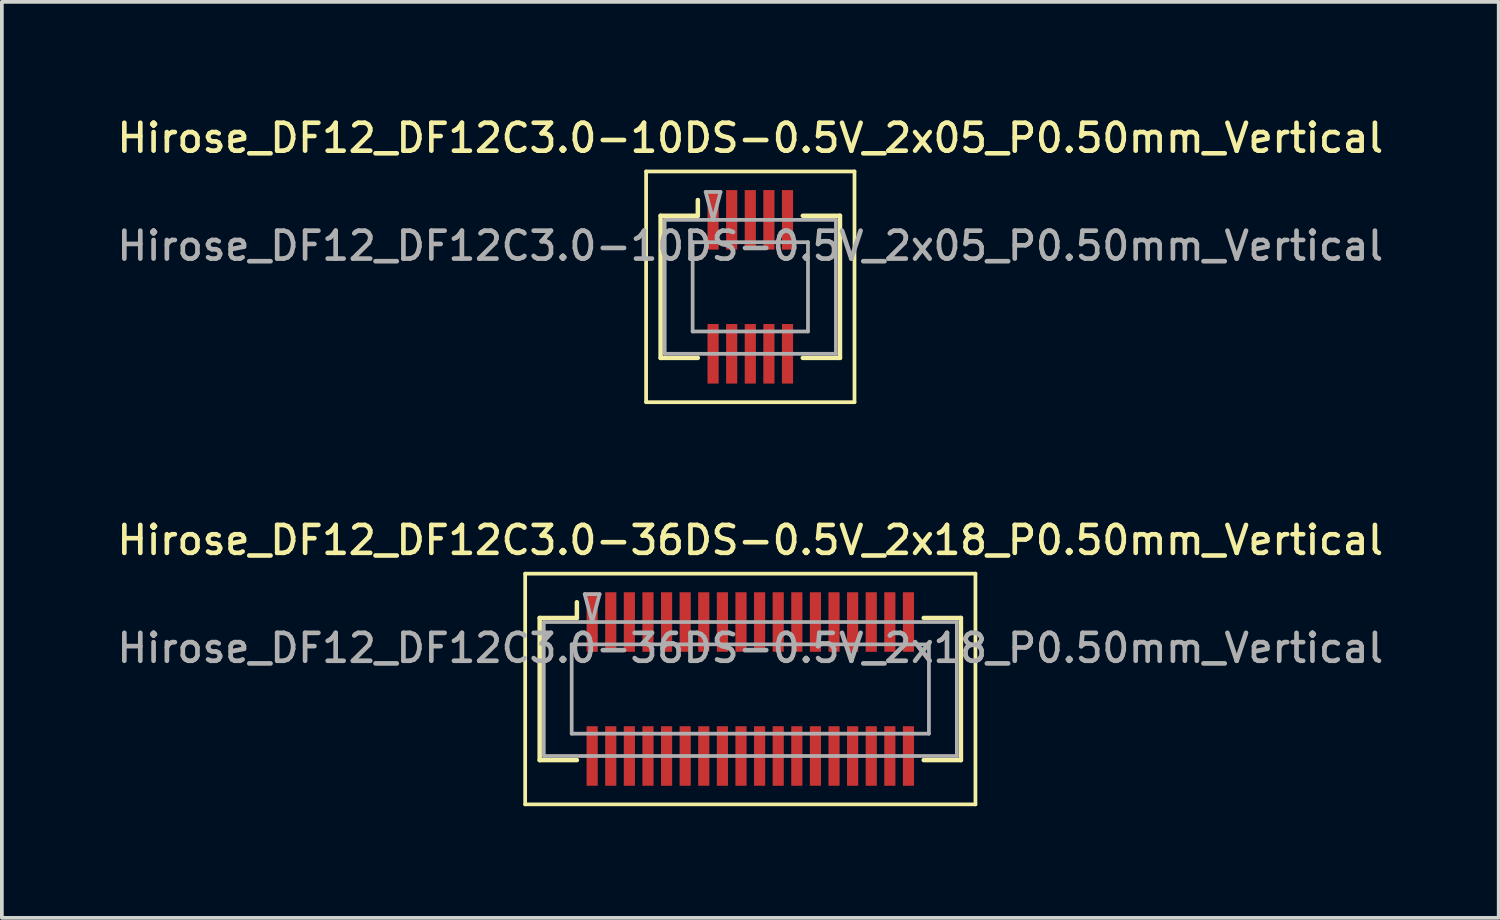
<source format=kicad_pcb>
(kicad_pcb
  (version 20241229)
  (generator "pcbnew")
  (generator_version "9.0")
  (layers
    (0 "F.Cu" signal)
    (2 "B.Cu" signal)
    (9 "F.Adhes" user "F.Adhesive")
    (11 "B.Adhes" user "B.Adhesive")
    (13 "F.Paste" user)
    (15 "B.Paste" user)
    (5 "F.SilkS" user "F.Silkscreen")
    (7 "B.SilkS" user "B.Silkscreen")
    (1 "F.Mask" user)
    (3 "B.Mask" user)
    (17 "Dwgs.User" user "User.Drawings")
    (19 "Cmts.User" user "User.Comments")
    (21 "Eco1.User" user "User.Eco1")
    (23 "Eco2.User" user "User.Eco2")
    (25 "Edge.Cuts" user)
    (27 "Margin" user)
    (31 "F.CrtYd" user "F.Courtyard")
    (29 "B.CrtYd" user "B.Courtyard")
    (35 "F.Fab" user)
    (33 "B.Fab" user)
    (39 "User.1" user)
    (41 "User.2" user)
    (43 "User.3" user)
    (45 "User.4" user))
  (footprint "Hirose_DF12_DF12C3.0-36DS-0.5V_2x18_P0.50mm_Vertical"
    (layer "F.Cu")
    (at 17.113 15.466)
    (property "Reference" "Hirose_DF12_DF12C3.0-36DS-0.5V_2x18_P0.50mm_Vertical" (at 0 -4 0) (layer "F.SilkS") (effects (font (size 0.75 0.75) (thickness 0.125))))
    (attr smd)
    (fp_line (start -6.05 -3.1) (end -6.05 3.1) (stroke (width 0.1) (type solid)) (layer "F.SilkS"))
    (fp_line (start -6.05 3.1) (end 6.05 3.1) (stroke (width 0.1) (type solid)) (layer "F.SilkS"))
    (fp_line (start -5.66 -1.91) (end -4.66 -1.91) (stroke (width 0.12) (type solid)) (layer "F.SilkS"))
    (fp_line (start -5.66 1.91) (end -5.66 -1.91) (stroke (width 0.12) (type solid)) (layer "F.SilkS"))
    (fp_line (start -4.66 -1.91) (end -4.66 -2.333) (stroke (width 0.12) (type solid)) (layer "F.SilkS"))
    (fp_line (start -4.66 1.91) (end -5.66 1.91) (stroke (width 0.12) (type solid)) (layer "F.SilkS"))
    (fp_line (start 4.66 1.91) (end 5.66 1.91) (stroke (width 0.12) (type solid)) (layer "F.SilkS"))
    (fp_line (start 5.66 -1.91) (end 4.66 -1.91) (stroke (width 0.12) (type solid)) (layer "F.SilkS"))
    (fp_line (start 5.66 1.91) (end 5.66 -1.91) (stroke (width 0.12) (type solid)) (layer "F.SilkS"))
    (fp_line (start 6.05 -3.1) (end -6.05 -3.1) (stroke (width 0.1) (type solid)) (layer "F.SilkS"))
    (fp_line (start 6.05 3.1) (end 6.05 -3.1) (stroke (width 0.1) (type solid)) (layer "F.SilkS"))
    (fp_line (start -5.55 -1.8) (end 5.55 -1.8) (stroke (width 0.1) (type solid)) (layer "F.Fab"))
    (fp_line (start -5.55 1.8) (end -5.55 -1.8) (stroke (width 0.1) (type solid)) (layer "F.Fab"))
    (fp_line (start -4.8 -1.2) (end 4.8 -1.2) (stroke (width 0.1) (type solid)) (layer "F.Fab"))
    (fp_line (start -4.8 1.2) (end -4.8 -1.2) (stroke (width 0.1) (type solid)) (layer "F.Fab"))
    (fp_line (start -4.45 -2.55) (end -4.25 -1.8) (stroke (width 0.1) (type solid)) (layer "F.Fab"))
    (fp_line (start -4.25 -1.8) (end -4.05 -2.55) (stroke (width 0.1) (type solid)) (layer "F.Fab"))
    (fp_line (start -4.05 -2.55) (end -4.45 -2.55) (stroke (width 0.1) (type solid)) (layer "F.Fab"))
    (fp_line (start 4.8 -1.2) (end 4.8 1.2) (stroke (width 0.1) (type solid)) (layer "F.Fab"))
    (fp_line (start 4.8 1.2) (end -4.8 1.2) (stroke (width 0.1) (type solid)) (layer "F.Fab"))
    (fp_line (start 5.55 -1.8) (end 5.55 1.8) (stroke (width 0.1) (type solid)) (layer "F.Fab"))
    (fp_line (start 5.55 1.8) (end -5.55 1.8) (stroke (width 0.1) (type solid)) (layer "F.Fab"))
    (fp_text user "${REFERENCE}" (at 0 -1.1 0) (layer "F.Fab") (effects (font (size 0.75 0.75) (thickness 0.125))))
    (pad "" smd rect (at -4.25 -2) (size 0.28 1.2) (layers "F.Paste"))
    (pad "" smd rect (at -4.25 2) (size 0.28 1.2) (layers "F.Paste"))
    (pad "" smd rect (at -3.75 -2) (size 0.28 1.2) (layers "F.Paste"))
    (pad "" smd rect (at -3.75 2) (size 0.28 1.2) (layers "F.Paste"))
    (pad "" smd rect (at -3.25 -2) (size 0.28 1.2) (layers "F.Paste"))
    (pad "" smd rect (at -3.25 2) (size 0.28 1.2) (layers "F.Paste"))
    (pad "" smd rect (at -2.75 -2) (size 0.28 1.2) (layers "F.Paste"))
    (pad "" smd rect (at -2.75 2) (size 0.28 1.2) (layers "F.Paste"))
    (pad "" smd rect (at -2.25 -2) (size 0.28 1.2) (layers "F.Paste"))
    (pad "" smd rect (at -2.25 2) (size 0.28 1.2) (layers "F.Paste"))
    (pad "" smd rect (at -1.75 -2) (size 0.28 1.2) (layers "F.Paste"))
    (pad "" smd rect (at -1.75 2) (size 0.28 1.2) (layers "F.Paste"))
    (pad "" smd rect (at -1.25 -2) (size 0.28 1.2) (layers "F.Paste"))
    (pad "" smd rect (at -1.25 2) (size 0.28 1.2) (layers "F.Paste"))
    (pad "" smd rect (at -0.75 -2) (size 0.28 1.2) (layers "F.Paste"))
    (pad "" smd rect (at -0.75 2) (size 0.28 1.2) (layers "F.Paste"))
    (pad "" smd rect (at -0.25 -2) (size 0.28 1.2) (layers "F.Paste"))
    (pad "" smd rect (at -0.25 2) (size 0.28 1.2) (layers "F.Paste"))
    (pad "" smd rect (at 0.25 -2) (size 0.28 1.2) (layers "F.Paste"))
    (pad "" smd rect (at 0.25 2) (size 0.28 1.2) (layers "F.Paste"))
    (pad "" smd rect (at 0.75 -2) (size 0.28 1.2) (layers "F.Paste"))
    (pad "" smd rect (at 0.75 2) (size 0.28 1.2) (layers "F.Paste"))
    (pad "" smd rect (at 1.25 -2) (size 0.28 1.2) (layers "F.Paste"))
    (pad "" smd rect (at 1.25 2) (size 0.28 1.2) (layers "F.Paste"))
    (pad "" smd rect (at 1.75 -2) (size 0.28 1.2) (layers "F.Paste"))
    (pad "" smd rect (at 1.75 2) (size 0.28 1.2) (layers "F.Paste"))
    (pad "" smd rect (at 2.25 -2) (size 0.28 1.2) (layers "F.Paste"))
    (pad "" smd rect (at 2.25 2) (size 0.28 1.2) (layers "F.Paste"))
    (pad "" smd rect (at 2.75 -2) (size 0.28 1.2) (layers "F.Paste"))
    (pad "" smd rect (at 2.75 2) (size 0.28 1.2) (layers "F.Paste"))
    (pad "" smd rect (at 3.25 -2) (size 0.28 1.2) (layers "F.Paste"))
    (pad "" smd rect (at 3.25 2) (size 0.28 1.2) (layers "F.Paste"))
    (pad "" smd rect (at 3.75 -2) (size 0.28 1.2) (layers "F.Paste"))
    (pad "" smd rect (at 3.75 2) (size 0.28 1.2) (layers "F.Paste"))
    (pad "" smd rect (at 4.25 -2) (size 0.28 1.2) (layers "F.Paste"))
    (pad "" smd rect (at 4.25 2) (size 0.28 1.2) (layers "F.Paste"))
    (pad "1" smd rect (at -4.25 -1.8) (size 0.3 1.6) (layers "F.Cu" "F.Mask"))
    (pad "2" smd rect (at -3.75 -1.8) (size 0.3 1.6) (layers "F.Cu" "F.Mask"))
    (pad "3" smd rect (at -3.25 -1.8) (size 0.3 1.6) (layers "F.Cu" "F.Mask"))
    (pad "4" smd rect (at -2.75 -1.8) (size 0.3 1.6) (layers "F.Cu" "F.Mask"))
    (pad "5" smd rect (at -2.25 -1.8) (size 0.3 1.6) (layers "F.Cu" "F.Mask"))
    (pad "6" smd rect (at -1.75 -1.8) (size 0.3 1.6) (layers "F.Cu" "F.Mask"))
    (pad "7" smd rect (at -1.25 -1.8) (size 0.3 1.6) (layers "F.Cu" "F.Mask"))
    (pad "8" smd rect (at -0.75 -1.8) (size 0.3 1.6) (layers "F.Cu" "F.Mask"))
    (pad "9" smd rect (at -0.25 -1.8) (size 0.3 1.6) (layers "F.Cu" "F.Mask"))
    (pad "10" smd rect (at 0.25 -1.8) (size 0.3 1.6) (layers "F.Cu" "F.Mask"))
    (pad "11" smd rect (at 0.75 -1.8) (size 0.3 1.6) (layers "F.Cu" "F.Mask"))
    (pad "12" smd rect (at 1.25 -1.8) (size 0.3 1.6) (layers "F.Cu" "F.Mask"))
    (pad "13" smd rect (at 1.75 -1.8) (size 0.3 1.6) (layers "F.Cu" "F.Mask"))
    (pad "14" smd rect (at 2.25 -1.8) (size 0.3 1.6) (layers "F.Cu" "F.Mask"))
    (pad "15" smd rect (at 2.75 -1.8) (size 0.3 1.6) (layers "F.Cu" "F.Mask"))
    (pad "16" smd rect (at 3.25 -1.8) (size 0.3 1.6) (layers "F.Cu" "F.Mask"))
    (pad "17" smd rect (at 3.75 -1.8) (size 0.3 1.6) (layers "F.Cu" "F.Mask"))
    (pad "18" smd rect (at 4.25 -1.8) (size 0.3 1.6) (layers "F.Cu" "F.Mask"))
    (pad "19" smd rect (at -4.25 1.8) (size 0.3 1.6) (layers "F.Cu" "F.Mask"))
    (pad "20" smd rect (at -3.75 1.8) (size 0.3 1.6) (layers "F.Cu" "F.Mask"))
    (pad "21" smd rect (at -3.25 1.8) (size 0.3 1.6) (layers "F.Cu" "F.Mask"))
    (pad "22" smd rect (at -2.75 1.8) (size 0.3 1.6) (layers "F.Cu" "F.Mask"))
    (pad "23" smd rect (at -2.25 1.8) (size 0.3 1.6) (layers "F.Cu" "F.Mask"))
    (pad "24" smd rect (at -1.75 1.8) (size 0.3 1.6) (layers "F.Cu" "F.Mask"))
    (pad "25" smd rect (at -1.25 1.8) (size 0.3 1.6) (layers "F.Cu" "F.Mask"))
    (pad "26" smd rect (at -0.75 1.8) (size 0.3 1.6) (layers "F.Cu" "F.Mask"))
    (pad "27" smd rect (at -0.25 1.8) (size 0.3 1.6) (layers "F.Cu" "F.Mask"))
    (pad "28" smd rect (at 0.25 1.8) (size 0.3 1.6) (layers "F.Cu" "F.Mask"))
    (pad "29" smd rect (at 0.75 1.8) (size 0.3 1.6) (layers "F.Cu" "F.Mask"))
    (pad "30" smd rect (at 1.25 1.8) (size 0.3 1.6) (layers "F.Cu" "F.Mask"))
    (pad "31" smd rect (at 1.75 1.8) (size 0.3 1.6) (layers "F.Cu" "F.Mask"))
    (pad "32" smd rect (at 2.25 1.8) (size 0.3 1.6) (layers "F.Cu" "F.Mask"))
    (pad "33" smd rect (at 2.75 1.8) (size 0.3 1.6) (layers "F.Cu" "F.Mask"))
    (pad "34" smd rect (at 3.25 1.8) (size 0.3 1.6) (layers "F.Cu" "F.Mask"))
    (pad "35" smd rect (at 3.75 1.8) (size 0.3 1.6) (layers "F.Cu" "F.Mask"))
    (pad "36" smd rect (at 4.25 1.8) (size 0.3 1.6) (layers "F.Cu" "F.Mask")))
  (footprint "Hirose_DF12_DF12C3.0-10DS-0.5V_2x05_P0.50mm_Vertical"
    (layer "F.Cu")
    (at 17.113 4.658)
    (property "Reference" "Hirose_DF12_DF12C3.0-10DS-0.5V_2x05_P0.50mm_Vertical" (at 0 -4 0) (layer "F.SilkS") (effects (font (size 0.75 0.75) (thickness 0.125))))
    (attr smd)
    (fp_line (start -2.8 -3.1) (end -2.8 3.1) (stroke (width 0.1) (type solid)) (layer "F.SilkS"))
    (fp_line (start -2.8 3.1) (end 2.8 3.1) (stroke (width 0.1) (type solid)) (layer "F.SilkS"))
    (fp_line (start -2.41 -1.91) (end -1.41 -1.91) (stroke (width 0.12) (type solid)) (layer "F.SilkS"))
    (fp_line (start -2.41 1.91) (end -2.41 -1.91) (stroke (width 0.12) (type solid)) (layer "F.SilkS"))
    (fp_line (start -1.41 -1.91) (end -1.41 -2.333) (stroke (width 0.12) (type solid)) (layer "F.SilkS"))
    (fp_line (start -1.41 1.91) (end -2.41 1.91) (stroke (width 0.12) (type solid)) (layer "F.SilkS"))
    (fp_line (start 1.41 1.91) (end 2.41 1.91) (stroke (width 0.12) (type solid)) (layer "F.SilkS"))
    (fp_line (start 2.41 -1.91) (end 1.41 -1.91) (stroke (width 0.12) (type solid)) (layer "F.SilkS"))
    (fp_line (start 2.41 1.91) (end 2.41 -1.91) (stroke (width 0.12) (type solid)) (layer "F.SilkS"))
    (fp_line (start 2.8 -3.1) (end -2.8 -3.1) (stroke (width 0.1) (type solid)) (layer "F.SilkS"))
    (fp_line (start 2.8 3.1) (end 2.8 -3.1) (stroke (width 0.1) (type solid)) (layer "F.SilkS"))
    (fp_line (start -2.3 -1.8) (end 2.3 -1.8) (stroke (width 0.1) (type solid)) (layer "F.Fab"))
    (fp_line (start -2.3 1.8) (end -2.3 -1.8) (stroke (width 0.1) (type solid)) (layer "F.Fab"))
    (fp_line (start -1.55 -1.2) (end 1.55 -1.2) (stroke (width 0.1) (type solid)) (layer "F.Fab"))
    (fp_line (start -1.55 1.2) (end -1.55 -1.2) (stroke (width 0.1) (type solid)) (layer "F.Fab"))
    (fp_line (start -1.2 -2.55) (end -1 -1.8) (stroke (width 0.1) (type solid)) (layer "F.Fab"))
    (fp_line (start -1 -1.8) (end -0.8 -2.55) (stroke (width 0.1) (type solid)) (layer "F.Fab"))
    (fp_line (start -0.8 -2.55) (end -1.2 -2.55) (stroke (width 0.1) (type solid)) (layer "F.Fab"))
    (fp_line (start 1.55 -1.2) (end 1.55 1.2) (stroke (width 0.1) (type solid)) (layer "F.Fab"))
    (fp_line (start 1.55 1.2) (end -1.55 1.2) (stroke (width 0.1) (type solid)) (layer "F.Fab"))
    (fp_line (start 2.3 -1.8) (end 2.3 1.8) (stroke (width 0.1) (type solid)) (layer "F.Fab"))
    (fp_line (start 2.3 1.8) (end -2.3 1.8) (stroke (width 0.1) (type solid)) (layer "F.Fab"))
    (fp_text user "${REFERENCE}" (at 0 -1.1 0) (layer "F.Fab") (effects (font (size 0.75 0.75) (thickness 0.125))))
    (pad "" smd rect (at -1 -2) (size 0.28 1.2) (layers "F.Paste"))
    (pad "" smd rect (at -1 2) (size 0.28 1.2) (layers "F.Paste"))
    (pad "" smd rect (at -0.5 -2) (size 0.28 1.2) (layers "F.Paste"))
    (pad "" smd rect (at -0.5 2) (size 0.28 1.2) (layers "F.Paste"))
    (pad "" smd rect (at 0 -2) (size 0.28 1.2) (layers "F.Paste"))
    (pad "" smd rect (at 0 2) (size 0.28 1.2) (layers "F.Paste"))
    (pad "" smd rect (at 0.5 -2) (size 0.28 1.2) (layers "F.Paste"))
    (pad "" smd rect (at 0.5 2) (size 0.28 1.2) (layers "F.Paste"))
    (pad "" smd rect (at 1 -2) (size 0.28 1.2) (layers "F.Paste"))
    (pad "" smd rect (at 1 2) (size 0.28 1.2) (layers "F.Paste"))
    (pad "1" smd rect (at -1 -1.8) (size 0.3 1.6) (layers "F.Cu" "F.Mask"))
    (pad "2" smd rect (at -0.5 -1.8) (size 0.3 1.6) (layers "F.Cu" "F.Mask"))
    (pad "3" smd rect (at 0 -1.8) (size 0.3 1.6) (layers "F.Cu" "F.Mask"))
    (pad "4" smd rect (at 0.5 -1.8) (size 0.3 1.6) (layers "F.Cu" "F.Mask"))
    (pad "5" smd rect (at 1 -1.8) (size 0.3 1.6) (layers "F.Cu" "F.Mask"))
    (pad "6" smd rect (at -1 1.8) (size 0.3 1.6) (layers "F.Cu" "F.Mask"))
    (pad "7" smd rect (at -0.5 1.8) (size 0.3 1.6) (layers "F.Cu" "F.Mask"))
    (pad "8" smd rect (at 0 1.8) (size 0.3 1.6) (layers "F.Cu" "F.Mask"))
    (pad "9" smd rect (at 0.5 1.8) (size 0.3 1.6) (layers "F.Cu" "F.Mask"))
    (pad "10" smd rect (at 1 1.8) (size 0.3 1.6) (layers "F.Cu" "F.Mask")))
  (gr_rect
    (start -3 -3)
    (end 37.225 21.616)
    (stroke (width 0.1) (type default))
    (fill no)
    (layer "Edge.Cuts")))
</source>
